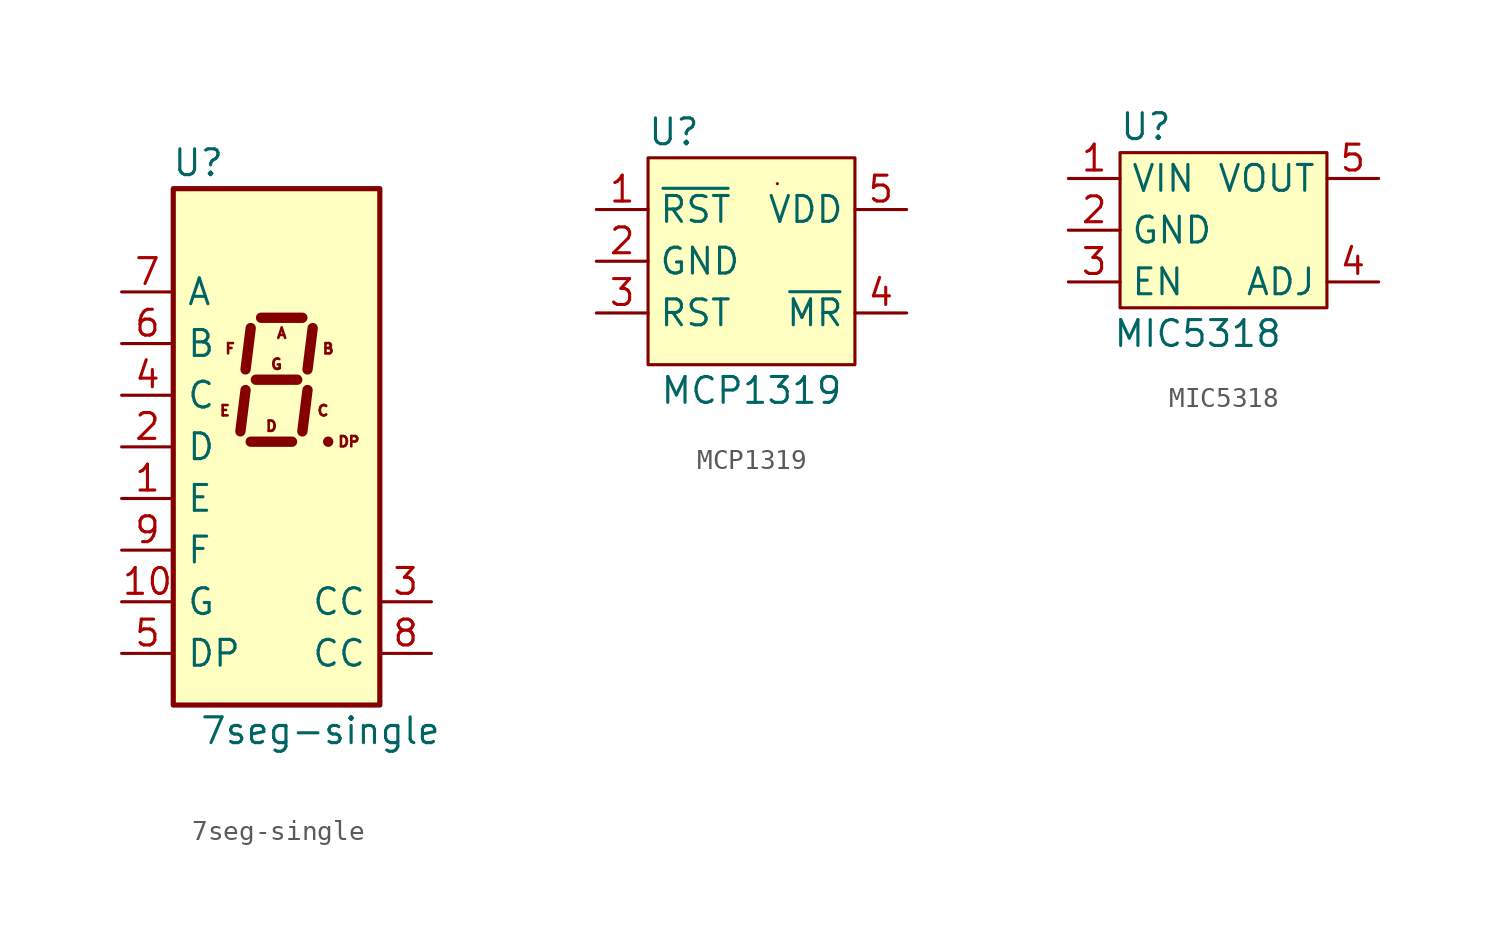
<source format=kicad_sym>
(kicad_symbol_lib
  (version 20211014)
  (generator kicad_symbol_editor)
  (symbol "7seg-single"
    (pin_names
      (offset 0.635))
    (property "Reference" "U"
      (at -2.54 13.97 0)
      (effects (font (size 1.27 1.27)) (justify right)))
    (property "Value" "7seg-single"
      (at -3.81 -13.97 0)
      (effects (font (size 1.27 1.27)) (justify left)))
    (symbol "7seg-single_0_0"
      (text "A" (at 0.254 5.588 0) (effects (font (size 0.508 0.508))))
      (text "B" (at 2.54 4.826 0) (effects (font (size 0.508 0.508))))
      (text "C" (at 2.286 1.778 0) (effects (font (size 0.508 0.508))))
      (text "D" (at -0.254 1.016 0) (effects (font (size 0.508 0.508))))
      (text "DP" (at 3.556 0.254 0) (effects (font (size 0.508 0.508))))
      (text "E" (at -2.54 1.778 0) (effects (font (size 0.508 0.508))))
      (text "F" (at -2.286 4.826 0) (effects (font (size 0.508 0.508))))
      (text "G" (at 0 4.064 0) (effects (font (size 0.508 0.508)))))
    (symbol "7seg-single_0_1"
      (rectangle (start -5.08 12.7) (end 5.08 -12.7) (stroke (width 0.254) (type default) (color 0 0 0 0)) (fill (type background)))
      (polyline (pts (xy -1.524 2.794) (xy -1.778 0.762)) (stroke (width 0.508) (type default) (color 0 0 0 0)) (fill (type none)))
      (polyline (pts (xy -1.27 0.254) (xy 0.762 0.254)) (stroke (width 0.508) (type default) (color 0 0 0 0)) (fill (type none)))
      (polyline (pts (xy -1.27 5.842) (xy -1.524 3.81)) (stroke (width 0.508) (type default) (color 0 0 0 0)) (fill (type none)))
      (polyline (pts (xy -1.016 3.302) (xy 1.016 3.302)) (stroke (width 0.508) (type default) (color 0 0 0 0)) (fill (type none)))
      (polyline (pts (xy -0.762 6.35) (xy 1.27 6.35)) (stroke (width 0.508) (type default) (color 0 0 0 0)) (fill (type none)))
      (polyline (pts (xy 1.524 2.794) (xy 1.27 0.762)) (stroke (width 0.508) (type default) (color 0 0 0 0)) (fill (type none)))
      (polyline (pts (xy 1.778 5.842) (xy 1.524 3.81)) (stroke (width 0.508) (type default) (color 0 0 0 0)) (fill (type none)))
      (polyline (pts (xy 2.54 0.254) (xy 2.54 0.254)) (stroke (width 0.508) (type default) (color 0 0 0 0)) (fill (type none))))
    (symbol "7seg-single_1_1"
      (pin input line (at -7.62 -2.54 0) (length 2.54) (name "E" (effects (font (size 1.27 1.27)))) (number "1" (effects (font (size 1.27 1.27)))))
      (pin input line (at -7.62 -7.62 0) (length 2.54) (name "G" (effects (font (size 1.27 1.27)))) (number "10" (effects (font (size 1.27 1.27)))))
      (pin input line (at -7.62 0 0) (length 2.54) (name "D" (effects (font (size 1.27 1.27)))) (number "2" (effects (font (size 1.27 1.27)))))
      (pin input line (at 7.62 -7.62 180) (length 2.54) (name "CC" (effects (font (size 1.27 1.27)))) (number "3" (effects (font (size 1.27 1.27)))))
      (pin input line (at -7.62 2.54 0) (length 2.54) (name "C" (effects (font (size 1.27 1.27)))) (number "4" (effects (font (size 1.27 1.27)))))
      (pin input line (at -7.62 -10.16 0) (length 2.54) (name "DP" (effects (font (size 1.27 1.27)))) (number "5" (effects (font (size 1.27 1.27)))))
      (pin input line (at -7.62 5.08 0) (length 2.54) (name "B" (effects (font (size 1.27 1.27)))) (number "6" (effects (font (size 1.27 1.27)))))
      (pin input line (at -7.62 7.62 0) (length 2.54) (name "A" (effects (font (size 1.27 1.27)))) (number "7" (effects (font (size 1.27 1.27)))))
      (pin input line (at 7.62 -10.16 180) (length 2.54) (name "CC" (effects (font (size 1.27 1.27)))) (number "8" (effects (font (size 1.27 1.27)))))
      (pin input line (at -7.62 -5.08 0) (length 2.54) (name "F" (effects (font (size 1.27 1.27)))) (number "9" (effects (font (size 1.27 1.27)))))))
  (symbol "MCP1319"
    (property "Reference" "U"
      (at -2.54 6.35 0)
      (effects (font (size 1.27 1.27))))
    (property "Value" "MCP1319"
      (at 1.27 -6.35 0)
      (effects (font (size 1.27 1.27))))
    (symbol "MCP1319_0_1"
      (rectangle (start -3.81 5.08) (end 6.35 -5.08) (stroke (width 0) (type default) (color 0 0 0 0)) (fill (type background)))
      (rectangle (start 2.54 3.81) (end 2.54 3.81) (stroke (width 0) (type default) (color 0 0 0 0)) (fill (type none))))
    (symbol "MCP1319_1_1"
      (pin input line (at -6.35 2.54 0) (length 2.54) (name "~{RST}" (effects (font (size 1.27 1.27)))) (number "1" (effects (font (size 1.27 1.27)))))
      (pin input line (at -6.35 0 0) (length 2.54) (name "GND" (effects (font (size 1.27 1.27)))) (number "2" (effects (font (size 1.27 1.27)))))
      (pin input line (at -6.35 -2.54 0) (length 2.54) (name "RST" (effects (font (size 1.27 1.27)))) (number "3" (effects (font (size 1.27 1.27)))))
      (pin input line (at 8.89 -2.54 180) (length 2.54) (name "~{MR}" (effects (font (size 1.27 1.27)))) (number "4" (effects (font (size 1.27 1.27)))))
      (pin input line (at 8.89 2.54 180) (length 2.54) (name "VDD" (effects (font (size 1.27 1.27)))) (number "5" (effects (font (size 1.27 1.27)))))))
  (symbol "MIC5318"
    (property "Reference" "U"
      (at -3.81 5.08 0)
      (effects (font (size 1.27 1.27))))
    (property "Value" "MIC5318"
      (at -1.27 -5.08 0)
      (effects (font (size 1.27 1.27))))
    (symbol "MIC5318_0_1"
      (rectangle (start -5.08 3.81) (end 5.08 -3.81) (stroke (width 0) (type default) (color 0 0 0 0)) (fill (type background))))
    (symbol "MIC5318_1_1"
      (pin input line (at -7.62 2.54 0) (length 2.54) (name "VIN" (effects (font (size 1.27 1.27)))) (number "1" (effects (font (size 1.27 1.27)))))
      (pin input line (at -7.62 0 0) (length 2.54) (name "GND" (effects (font (size 1.27 1.27)))) (number "2" (effects (font (size 1.27 1.27)))))
      (pin input line (at -7.62 -2.54 0) (length 2.54) (name "EN" (effects (font (size 1.27 1.27)))) (number "3" (effects (font (size 1.27 1.27)))))
      (pin input line (at 7.62 -2.54 180) (length 2.54) (name "ADJ" (effects (font (size 1.27 1.27)))) (number "4" (effects (font (size 1.27 1.27)))))
      (pin input line (at 7.62 2.54 180) (length 2.54) (name "VOUT" (effects (font (size 1.27 1.27)))) (number "5" (effects (font (size 1.27 1.27))))))))
</source>
